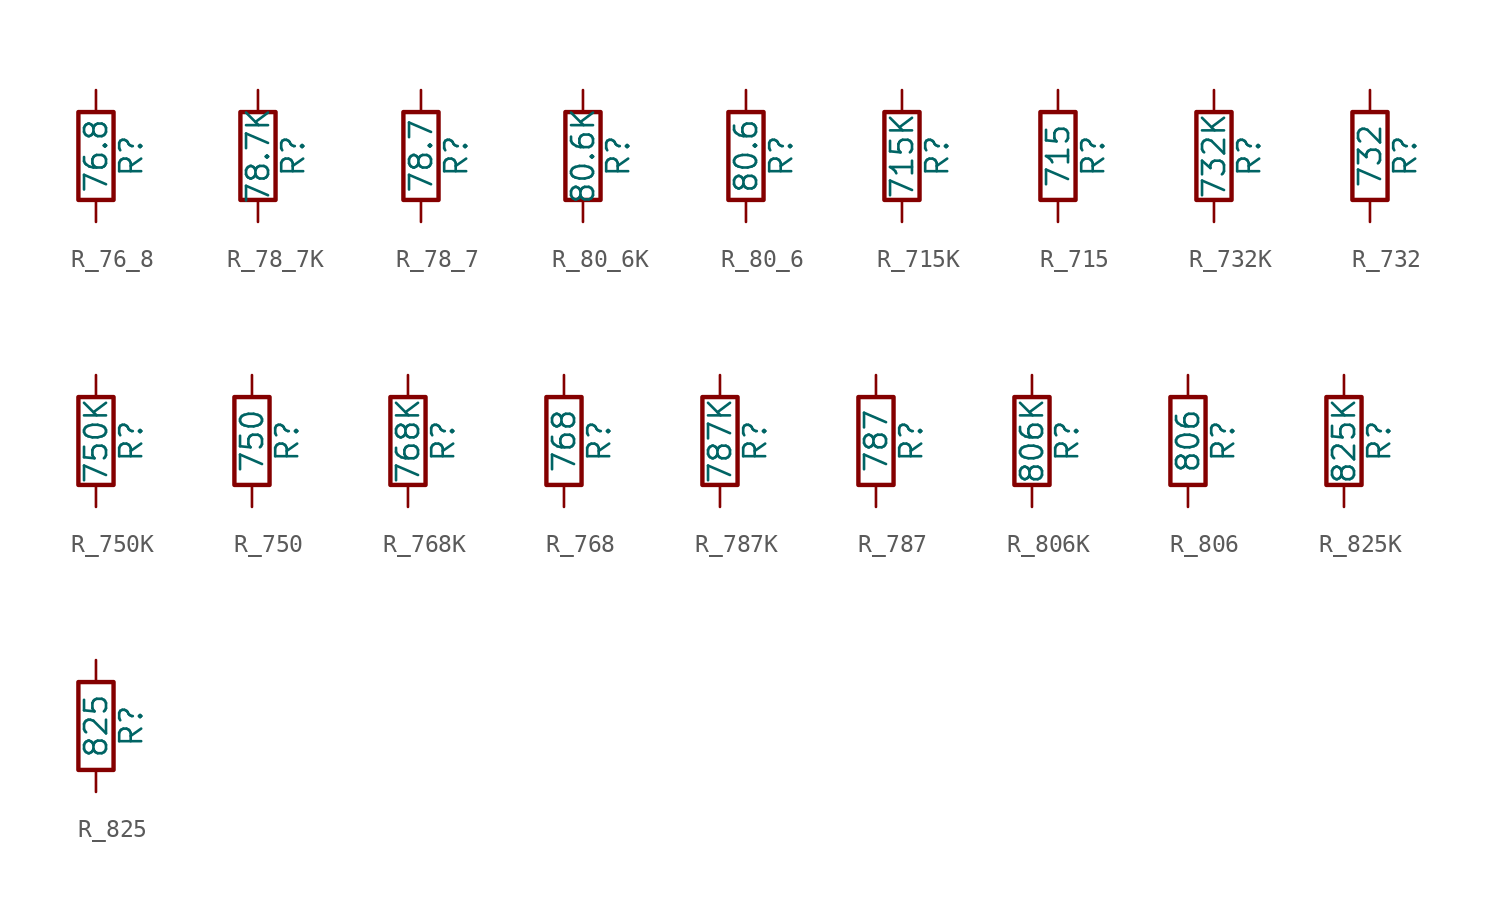
<source format=kicad_sym>
(kicad_symbol_lib
  (version 20211014)
  (generator atlantix-eda)
  (symbol "R_76_8"
    (pin_numbers hide)
    (pin_names
      (offset 0))
    (property "Reference" "R"
      (at 2.032 0 90)
      (effects (font (size 1.27 1.27))))
    (property "Value" "76.8"
      (at 0 0 90)
      (effects (font (size 1.27 1.27))))
    (symbol "R_76_8_0_1"
      (rectangle (start -1.016 -2.54) (end 1.016 2.54) (stroke (width 0.254) (type default) (color 0 0 0 0)) (fill (type none))))
    (symbol "R_76_8_1_1"
      (pin passive line (at 0 3.81 270) (length 1.27) (name "~" (effects (font (size 1.27 1.27)))) (number "1" (effects (font (size 1.27 1.27)))))
      (pin passive line (at 0 -3.81 90) (length 1.27) (name "~" (effects (font (size 1.27 1.27)))) (number "2" (effects (font (size 1.27 1.27)))))))
  (symbol "R_78_7K"
    (pin_numbers hide)
    (pin_names
      (offset 0))
    (property "Reference" "R"
      (at 2.032 0 90)
      (effects (font (size 1.27 1.27))))
    (property "Value" "78.7K"
      (at 0 0 90)
      (effects (font (size 1.27 1.27))))
    (symbol "R_78_7K_0_1"
      (rectangle (start -1.016 -2.54) (end 1.016 2.54) (stroke (width 0.254) (type default) (color 0 0 0 0)) (fill (type none))))
    (symbol "R_78_7K_1_1"
      (pin passive line (at 0 3.81 270) (length 1.27) (name "~" (effects (font (size 1.27 1.27)))) (number "1" (effects (font (size 1.27 1.27)))))
      (pin passive line (at 0 -3.81 90) (length 1.27) (name "~" (effects (font (size 1.27 1.27)))) (number "2" (effects (font (size 1.27 1.27)))))))
  (symbol "R_78_7"
    (pin_numbers hide)
    (pin_names
      (offset 0))
    (property "Reference" "R"
      (at 2.032 0 90)
      (effects (font (size 1.27 1.27))))
    (property "Value" "78.7"
      (at 0 0 90)
      (effects (font (size 1.27 1.27))))
    (symbol "R_78_7_0_1"
      (rectangle (start -1.016 -2.54) (end 1.016 2.54) (stroke (width 0.254) (type default) (color 0 0 0 0)) (fill (type none))))
    (symbol "R_78_7_1_1"
      (pin passive line (at 0 3.81 270) (length 1.27) (name "~" (effects (font (size 1.27 1.27)))) (number "1" (effects (font (size 1.27 1.27)))))
      (pin passive line (at 0 -3.81 90) (length 1.27) (name "~" (effects (font (size 1.27 1.27)))) (number "2" (effects (font (size 1.27 1.27)))))))
  (symbol "R_80_6K"
    (pin_numbers hide)
    (pin_names
      (offset 0))
    (property "Reference" "R"
      (at 2.032 0 90)
      (effects (font (size 1.27 1.27))))
    (property "Value" "80.6K"
      (at 0 0 90)
      (effects (font (size 1.27 1.27))))
    (symbol "R_80_6K_0_1"
      (rectangle (start -1.016 -2.54) (end 1.016 2.54) (stroke (width 0.254) (type default) (color 0 0 0 0)) (fill (type none))))
    (symbol "R_80_6K_1_1"
      (pin passive line (at 0 3.81 270) (length 1.27) (name "~" (effects (font (size 1.27 1.27)))) (number "1" (effects (font (size 1.27 1.27)))))
      (pin passive line (at 0 -3.81 90) (length 1.27) (name "~" (effects (font (size 1.27 1.27)))) (number "2" (effects (font (size 1.27 1.27)))))))
  (symbol "R_80_6"
    (pin_numbers hide)
    (pin_names
      (offset 0))
    (property "Reference" "R"
      (at 2.032 0 90)
      (effects (font (size 1.27 1.27))))
    (property "Value" "80.6"
      (at 0 0 90)
      (effects (font (size 1.27 1.27))))
    (symbol "R_80_6_0_1"
      (rectangle (start -1.016 -2.54) (end 1.016 2.54) (stroke (width 0.254) (type default) (color 0 0 0 0)) (fill (type none))))
    (symbol "R_80_6_1_1"
      (pin passive line (at 0 3.81 270) (length 1.27) (name "~" (effects (font (size 1.27 1.27)))) (number "1" (effects (font (size 1.27 1.27)))))
      (pin passive line (at 0 -3.81 90) (length 1.27) (name "~" (effects (font (size 1.27 1.27)))) (number "2" (effects (font (size 1.27 1.27)))))))
  (symbol "R_715K"
    (pin_numbers hide)
    (pin_names
      (offset 0))
    (property "Reference" "R"
      (at 2.032 0 90)
      (effects (font (size 1.27 1.27))))
    (property "Value" "715K"
      (at 0 0 90)
      (effects (font (size 1.27 1.27))))
    (symbol "R_715K_0_1"
      (rectangle (start -1.016 -2.54) (end 1.016 2.54) (stroke (width 0.254) (type default) (color 0 0 0 0)) (fill (type none))))
    (symbol "R_715K_1_1"
      (pin passive line (at 0 3.81 270) (length 1.27) (name "~" (effects (font (size 1.27 1.27)))) (number "1" (effects (font (size 1.27 1.27)))))
      (pin passive line (at 0 -3.81 90) (length 1.27) (name "~" (effects (font (size 1.27 1.27)))) (number "2" (effects (font (size 1.27 1.27)))))))
  (symbol "R_715"
    (pin_numbers hide)
    (pin_names
      (offset 0))
    (property "Reference" "R"
      (at 2.032 0 90)
      (effects (font (size 1.27 1.27))))
    (property "Value" "715"
      (at 0 0 90)
      (effects (font (size 1.27 1.27))))
    (symbol "R_715_0_1"
      (rectangle (start -1.016 -2.54) (end 1.016 2.54) (stroke (width 0.254) (type default) (color 0 0 0 0)) (fill (type none))))
    (symbol "R_715_1_1"
      (pin passive line (at 0 3.81 270) (length 1.27) (name "~" (effects (font (size 1.27 1.27)))) (number "1" (effects (font (size 1.27 1.27)))))
      (pin passive line (at 0 -3.81 90) (length 1.27) (name "~" (effects (font (size 1.27 1.27)))) (number "2" (effects (font (size 1.27 1.27)))))))
  (symbol "R_732K"
    (pin_numbers hide)
    (pin_names
      (offset 0))
    (property "Reference" "R"
      (at 2.032 0 90)
      (effects (font (size 1.27 1.27))))
    (property "Value" "732K"
      (at 0 0 90)
      (effects (font (size 1.27 1.27))))
    (symbol "R_732K_0_1"
      (rectangle (start -1.016 -2.54) (end 1.016 2.54) (stroke (width 0.254) (type default) (color 0 0 0 0)) (fill (type none))))
    (symbol "R_732K_1_1"
      (pin passive line (at 0 3.81 270) (length 1.27) (name "~" (effects (font (size 1.27 1.27)))) (number "1" (effects (font (size 1.27 1.27)))))
      (pin passive line (at 0 -3.81 90) (length 1.27) (name "~" (effects (font (size 1.27 1.27)))) (number "2" (effects (font (size 1.27 1.27)))))))
  (symbol "R_732"
    (pin_numbers hide)
    (pin_names
      (offset 0))
    (property "Reference" "R"
      (at 2.032 0 90)
      (effects (font (size 1.27 1.27))))
    (property "Value" "732"
      (at 0 0 90)
      (effects (font (size 1.27 1.27))))
    (symbol "R_732_0_1"
      (rectangle (start -1.016 -2.54) (end 1.016 2.54) (stroke (width 0.254) (type default) (color 0 0 0 0)) (fill (type none))))
    (symbol "R_732_1_1"
      (pin passive line (at 0 3.81 270) (length 1.27) (name "~" (effects (font (size 1.27 1.27)))) (number "1" (effects (font (size 1.27 1.27)))))
      (pin passive line (at 0 -3.81 90) (length 1.27) (name "~" (effects (font (size 1.27 1.27)))) (number "2" (effects (font (size 1.27 1.27)))))))
  (symbol "R_750K"
    (pin_numbers hide)
    (pin_names
      (offset 0))
    (property "Reference" "R"
      (at 2.032 0 90)
      (effects (font (size 1.27 1.27))))
    (property "Value" "750K"
      (at 0 0 90)
      (effects (font (size 1.27 1.27))))
    (symbol "R_750K_0_1"
      (rectangle (start -1.016 -2.54) (end 1.016 2.54) (stroke (width 0.254) (type default) (color 0 0 0 0)) (fill (type none))))
    (symbol "R_750K_1_1"
      (pin passive line (at 0 3.81 270) (length 1.27) (name "~" (effects (font (size 1.27 1.27)))) (number "1" (effects (font (size 1.27 1.27)))))
      (pin passive line (at 0 -3.81 90) (length 1.27) (name "~" (effects (font (size 1.27 1.27)))) (number "2" (effects (font (size 1.27 1.27)))))))
  (symbol "R_750"
    (pin_numbers hide)
    (pin_names
      (offset 0))
    (property "Reference" "R"
      (at 2.032 0 90)
      (effects (font (size 1.27 1.27))))
    (property "Value" "750"
      (at 0 0 90)
      (effects (font (size 1.27 1.27))))
    (symbol "R_750_0_1"
      (rectangle (start -1.016 -2.54) (end 1.016 2.54) (stroke (width 0.254) (type default) (color 0 0 0 0)) (fill (type none))))
    (symbol "R_750_1_1"
      (pin passive line (at 0 3.81 270) (length 1.27) (name "~" (effects (font (size 1.27 1.27)))) (number "1" (effects (font (size 1.27 1.27)))))
      (pin passive line (at 0 -3.81 90) (length 1.27) (name "~" (effects (font (size 1.27 1.27)))) (number "2" (effects (font (size 1.27 1.27)))))))
  (symbol "R_768K"
    (pin_numbers hide)
    (pin_names
      (offset 0))
    (property "Reference" "R"
      (at 2.032 0 90)
      (effects (font (size 1.27 1.27))))
    (property "Value" "768K"
      (at 0 0 90)
      (effects (font (size 1.27 1.27))))
    (symbol "R_768K_0_1"
      (rectangle (start -1.016 -2.54) (end 1.016 2.54) (stroke (width 0.254) (type default) (color 0 0 0 0)) (fill (type none))))
    (symbol "R_768K_1_1"
      (pin passive line (at 0 3.81 270) (length 1.27) (name "~" (effects (font (size 1.27 1.27)))) (number "1" (effects (font (size 1.27 1.27)))))
      (pin passive line (at 0 -3.81 90) (length 1.27) (name "~" (effects (font (size 1.27 1.27)))) (number "2" (effects (font (size 1.27 1.27)))))))
  (symbol "R_768"
    (pin_numbers hide)
    (pin_names
      (offset 0))
    (property "Reference" "R"
      (at 2.032 0 90)
      (effects (font (size 1.27 1.27))))
    (property "Value" "768"
      (at 0 0 90)
      (effects (font (size 1.27 1.27))))
    (symbol "R_768_0_1"
      (rectangle (start -1.016 -2.54) (end 1.016 2.54) (stroke (width 0.254) (type default) (color 0 0 0 0)) (fill (type none))))
    (symbol "R_768_1_1"
      (pin passive line (at 0 3.81 270) (length 1.27) (name "~" (effects (font (size 1.27 1.27)))) (number "1" (effects (font (size 1.27 1.27)))))
      (pin passive line (at 0 -3.81 90) (length 1.27) (name "~" (effects (font (size 1.27 1.27)))) (number "2" (effects (font (size 1.27 1.27)))))))
  (symbol "R_787K"
    (pin_numbers hide)
    (pin_names
      (offset 0))
    (property "Reference" "R"
      (at 2.032 0 90)
      (effects (font (size 1.27 1.27))))
    (property "Value" "787K"
      (at 0 0 90)
      (effects (font (size 1.27 1.27))))
    (symbol "R_787K_0_1"
      (rectangle (start -1.016 -2.54) (end 1.016 2.54) (stroke (width 0.254) (type default) (color 0 0 0 0)) (fill (type none))))
    (symbol "R_787K_1_1"
      (pin passive line (at 0 3.81 270) (length 1.27) (name "~" (effects (font (size 1.27 1.27)))) (number "1" (effects (font (size 1.27 1.27)))))
      (pin passive line (at 0 -3.81 90) (length 1.27) (name "~" (effects (font (size 1.27 1.27)))) (number "2" (effects (font (size 1.27 1.27)))))))
  (symbol "R_787"
    (pin_numbers hide)
    (pin_names
      (offset 0))
    (property "Reference" "R"
      (at 2.032 0 90)
      (effects (font (size 1.27 1.27))))
    (property "Value" "787"
      (at 0 0 90)
      (effects (font (size 1.27 1.27))))
    (symbol "R_787_0_1"
      (rectangle (start -1.016 -2.54) (end 1.016 2.54) (stroke (width 0.254) (type default) (color 0 0 0 0)) (fill (type none))))
    (symbol "R_787_1_1"
      (pin passive line (at 0 3.81 270) (length 1.27) (name "~" (effects (font (size 1.27 1.27)))) (number "1" (effects (font (size 1.27 1.27)))))
      (pin passive line (at 0 -3.81 90) (length 1.27) (name "~" (effects (font (size 1.27 1.27)))) (number "2" (effects (font (size 1.27 1.27)))))))
  (symbol "R_806K"
    (pin_numbers hide)
    (pin_names
      (offset 0))
    (property "Reference" "R"
      (at 2.032 0 90)
      (effects (font (size 1.27 1.27))))
    (property "Value" "806K"
      (at 0 0 90)
      (effects (font (size 1.27 1.27))))
    (symbol "R_806K_0_1"
      (rectangle (start -1.016 -2.54) (end 1.016 2.54) (stroke (width 0.254) (type default) (color 0 0 0 0)) (fill (type none))))
    (symbol "R_806K_1_1"
      (pin passive line (at 0 3.81 270) (length 1.27) (name "~" (effects (font (size 1.27 1.27)))) (number "1" (effects (font (size 1.27 1.27)))))
      (pin passive line (at 0 -3.81 90) (length 1.27) (name "~" (effects (font (size 1.27 1.27)))) (number "2" (effects (font (size 1.27 1.27)))))))
  (symbol "R_806"
    (pin_numbers hide)
    (pin_names
      (offset 0))
    (property "Reference" "R"
      (at 2.032 0 90)
      (effects (font (size 1.27 1.27))))
    (property "Value" "806"
      (at 0 0 90)
      (effects (font (size 1.27 1.27))))
    (symbol "R_806_0_1"
      (rectangle (start -1.016 -2.54) (end 1.016 2.54) (stroke (width 0.254) (type default) (color 0 0 0 0)) (fill (type none))))
    (symbol "R_806_1_1"
      (pin passive line (at 0 3.81 270) (length 1.27) (name "~" (effects (font (size 1.27 1.27)))) (number "1" (effects (font (size 1.27 1.27)))))
      (pin passive line (at 0 -3.81 90) (length 1.27) (name "~" (effects (font (size 1.27 1.27)))) (number "2" (effects (font (size 1.27 1.27)))))))
  (symbol "R_825K"
    (pin_numbers hide)
    (pin_names
      (offset 0))
    (property "Reference" "R"
      (at 2.032 0 90)
      (effects (font (size 1.27 1.27))))
    (property "Value" "825K"
      (at 0 0 90)
      (effects (font (size 1.27 1.27))))
    (symbol "R_825K_0_1"
      (rectangle (start -1.016 -2.54) (end 1.016 2.54) (stroke (width 0.254) (type default) (color 0 0 0 0)) (fill (type none))))
    (symbol "R_825K_1_1"
      (pin passive line (at 0 3.81 270) (length 1.27) (name "~" (effects (font (size 1.27 1.27)))) (number "1" (effects (font (size 1.27 1.27)))))
      (pin passive line (at 0 -3.81 90) (length 1.27) (name "~" (effects (font (size 1.27 1.27)))) (number "2" (effects (font (size 1.27 1.27)))))))
  (symbol "R_825"
    (pin_numbers hide)
    (pin_names
      (offset 0))
    (property "Reference" "R"
      (at 2.032 0 90)
      (effects (font (size 1.27 1.27))))
    (property "Value" "825"
      (at 0 0 90)
      (effects (font (size 1.27 1.27))))
    (symbol "R_825_0_1"
      (rectangle (start -1.016 -2.54) (end 1.016 2.54) (stroke (width 0.254) (type default) (color 0 0 0 0)) (fill (type none))))
    (symbol "R_825_1_1"
      (pin passive line (at 0 3.81 270) (length 1.27) (name "~" (effects (font (size 1.27 1.27)))) (number "1" (effects (font (size 1.27 1.27)))))
      (pin passive line (at 0 -3.81 90) (length 1.27) (name "~" (effects (font (size 1.27 1.27)))) (number "2" (effects (font (size 1.27 1.27))))))))
</source>
